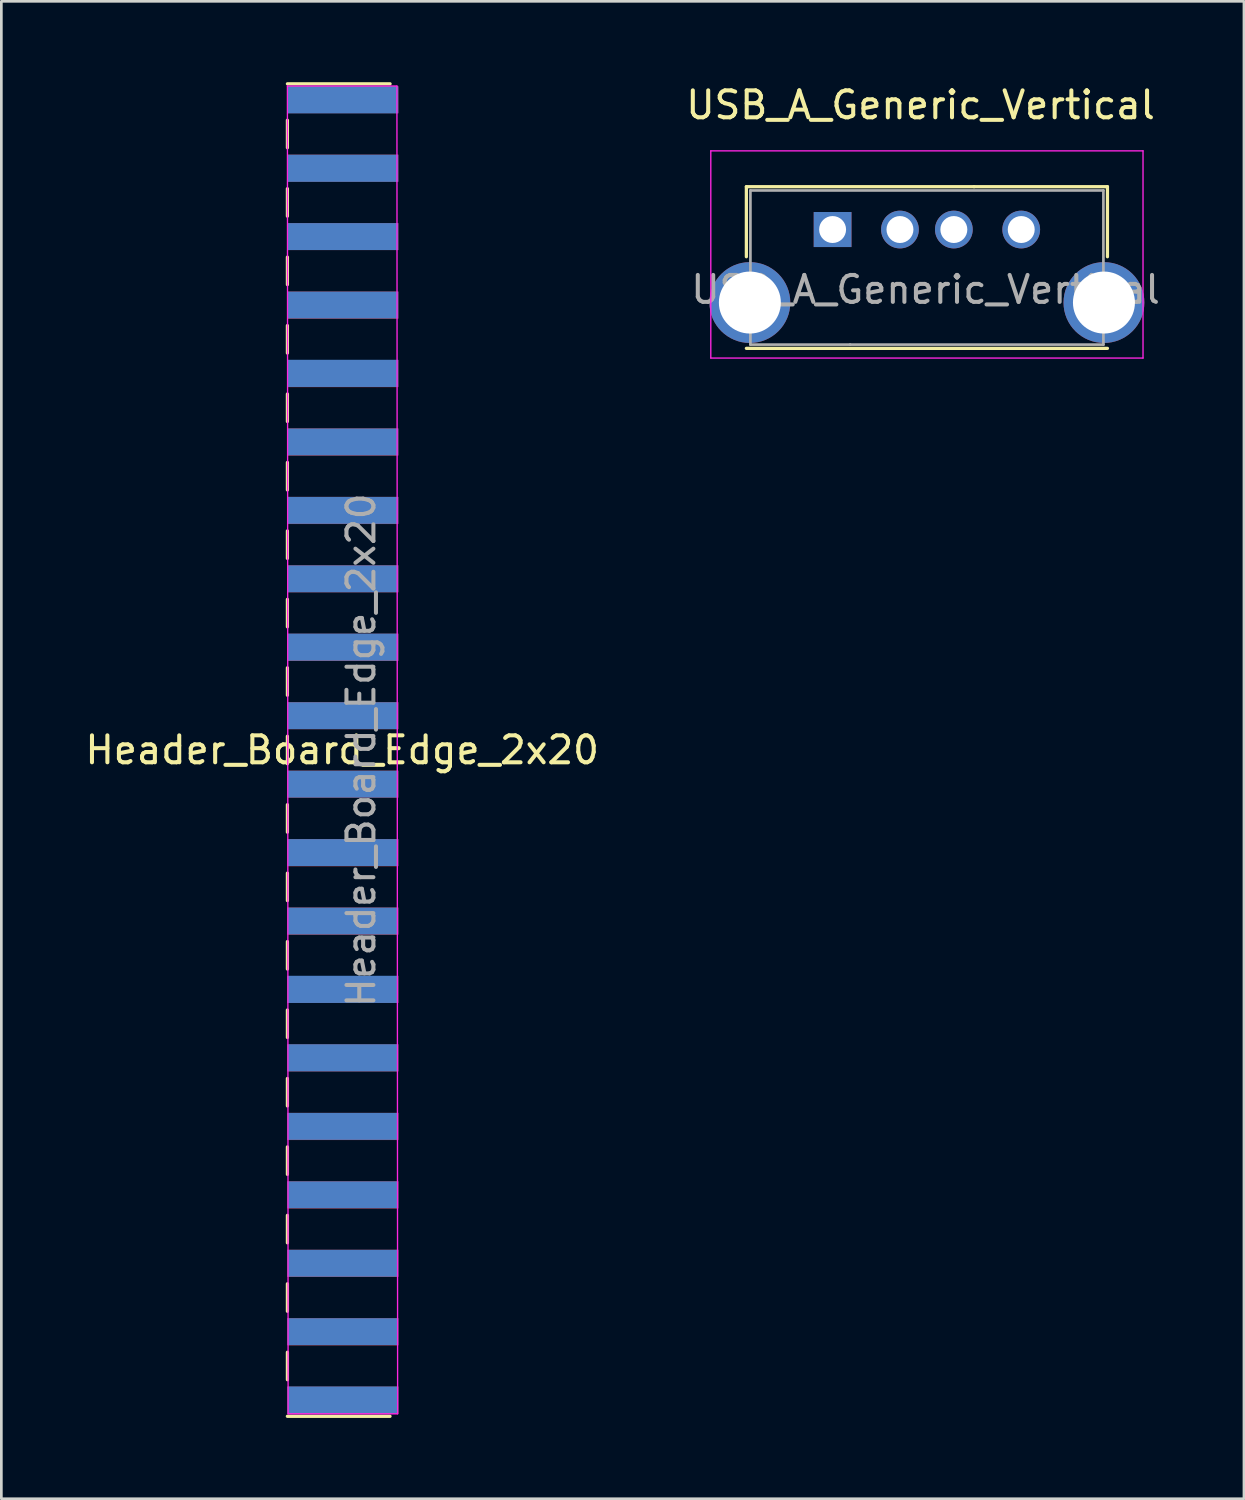
<source format=kicad_pcb>
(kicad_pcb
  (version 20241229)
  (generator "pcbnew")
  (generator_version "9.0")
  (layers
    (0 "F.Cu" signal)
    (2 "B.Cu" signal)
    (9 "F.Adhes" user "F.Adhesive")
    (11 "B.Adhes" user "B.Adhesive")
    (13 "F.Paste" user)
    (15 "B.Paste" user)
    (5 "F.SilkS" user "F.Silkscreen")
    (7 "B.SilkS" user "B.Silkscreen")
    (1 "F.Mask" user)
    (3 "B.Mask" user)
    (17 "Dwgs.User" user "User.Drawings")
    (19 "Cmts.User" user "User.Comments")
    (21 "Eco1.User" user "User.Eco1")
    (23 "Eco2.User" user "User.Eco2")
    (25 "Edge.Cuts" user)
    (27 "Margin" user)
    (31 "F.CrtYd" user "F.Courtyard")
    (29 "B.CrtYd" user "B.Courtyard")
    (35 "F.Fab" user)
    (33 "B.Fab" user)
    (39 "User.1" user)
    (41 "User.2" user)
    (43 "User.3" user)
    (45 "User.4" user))
  (footprint "USB_A_Generic_Vertical"
    (layer "F.Cu")
    (at 31.113 5.539)
    (property "Reference" "USB_A_Generic_Vertical" (at 0 -4.691 0) (unlocked yes) (layer "F.SilkS") (effects (font (size 1 1) (thickness 0.15))))
    (attr through_hole)
    (fp_line (start -6.465 -1.661) (end -6.465 0.939) (stroke (width 0.12) (type solid)) (layer "F.SilkS"))
    (fp_line (start -6.465 -1.661) (end 1.985 -1.661) (stroke (width 0.12) (type solid)) (layer "F.SilkS"))
    (fp_line (start 6.935 -1.661) (end 1.985 -1.661) (stroke (width 0.12) (type solid)) (layer "F.SilkS"))
    (fp_line (start 6.935 -1.661) (end 6.935 0.939) (stroke (width 0.12) (type solid)) (layer "F.SilkS"))
    (fp_line (start 6.935 4.339) (end -6.465 4.339) (stroke (width 0.12) (type solid)) (layer "F.SilkS"))
    (fp_line (start -7.785 -2.991) (end 8.255 -2.991) (stroke (width 0.05) (type solid)) (layer "F.CrtYd"))
    (fp_line (start -7.785 4.699) (end -7.785 -2.991) (stroke (width 0.05) (type solid)) (layer "F.CrtYd"))
    (fp_line (start 8.255 -2.991) (end 8.255 4.699) (stroke (width 0.05) (type solid)) (layer "F.CrtYd"))
    (fp_line (start 8.255 4.699) (end -7.785 4.699) (stroke (width 0.05) (type solid)) (layer "F.CrtYd"))
    (fp_line (start -6.315 -1.521) (end 6.785 -1.521) (stroke (width 0.1) (type solid)) (layer "F.Fab"))
    (fp_line (start -6.315 4.199) (end -6.315 -1.521) (stroke (width 0.1) (type solid)) (layer "F.Fab"))
    (fp_line (start -2.615 4.199) (end -6.315 4.199) (stroke (width 0.1) (type solid)) (layer "F.Fab"))
    (fp_line (start 6.785 -1.521) (end 6.785 4.199) (stroke (width 0.1) (type solid)) (layer "F.Fab"))
    (fp_line (start 6.785 4.199) (end -2.615 4.199) (stroke (width 0.1) (type solid)) (layer "F.Fab"))
    (fp_text user "${REFERENCE}" (at 0.185 2.159 0) (layer "F.Fab") (effects (font (size 1 1) (thickness 0.15))))
    (pad "1" thru_hole rect (at -3.265 -0.071) (size 1.4 1.3) (drill 1) (layers "*.Cu" "*.Mask"))
    (pad "2" thru_hole circle (at -0.765 -0.071) (size 1.4 1.4) (drill 1) (layers "*.Cu" "*.Mask"))
    (pad "3" thru_hole circle (at 1.235 -0.071) (size 1.4 1.4) (drill 1) (layers "*.Cu" "*.Mask"))
    (pad "4" thru_hole circle (at 3.735 -0.071) (size 1.4 1.4) (drill 1) (layers "*.Cu" "*.Mask"))
    (pad "5" thru_hole circle (at -6.335 2.639 180) (size 3 3) (drill 2.3) (layers "*.Cu" "*.Mask"))
    (pad "5" thru_hole circle (at 6.805 2.639) (size 3 3) (drill 2.3) (layers "*.Cu" "*.Mask")))
  (footprint "Header_Board_Edge_2x20"
    (layer "F.Cu")
    (at 9.674 24.78)
    (property "Reference" "Header_Board_Edge_2x20" (at -0.025 0.004 180) (layer "F.SilkS") (effects (font (size 1 1) (thickness 0.15))))
    (attr exclude_from_pos_files)
    (fp_line (start -2.06 24.73) (end 1.75 24.73) (stroke (width 0.12) (type solid)) (layer "F.SilkS"))
    (fp_line (start -2.058 -24.72) (end 1.752 -24.72) (stroke (width 0.12) (type solid)) (layer "F.SilkS"))
    (fp_line (start -2.058 -23.368) (end -2.058 -22.348) (stroke (width 0.12) (type solid)) (layer "F.SilkS"))
    (fp_line (start -2.058 -20.828) (end -2.058 -19.808) (stroke (width 0.12) (type solid)) (layer "F.SilkS"))
    (fp_line (start -2.058 -18.288) (end -2.058 -17.268) (stroke (width 0.12) (type solid)) (layer "F.SilkS"))
    (fp_line (start -2.058 -15.748) (end -2.058 -14.728) (stroke (width 0.12) (type solid)) (layer "F.SilkS"))
    (fp_line (start -2.058 -13.208) (end -2.058 -12.188) (stroke (width 0.12) (type solid)) (layer "F.SilkS"))
    (fp_line (start -2.058 -10.668) (end -2.058 -9.648) (stroke (width 0.12) (type solid)) (layer "F.SilkS"))
    (fp_line (start -2.058 -8.128) (end -2.058 -7.108) (stroke (width 0.12) (type solid)) (layer "F.SilkS"))
    (fp_line (start -2.058 -5.588) (end -2.058 -4.568) (stroke (width 0.12) (type solid)) (layer "F.SilkS"))
    (fp_line (start -2.058 -3.048) (end -2.058 -2.028) (stroke (width 0.12) (type solid)) (layer "F.SilkS"))
    (fp_line (start -2.058 -0.508) (end -2.058 0.512) (stroke (width 0.12) (type solid)) (layer "F.SilkS"))
    (fp_line (start -2.058 2.032) (end -2.058 3.052) (stroke (width 0.12) (type solid)) (layer "F.SilkS"))
    (fp_line (start -2.058 4.572) (end -2.058 5.592) (stroke (width 0.12) (type solid)) (layer "F.SilkS"))
    (fp_line (start -2.058 7.112) (end -2.058 8.132) (stroke (width 0.12) (type solid)) (layer "F.SilkS"))
    (fp_line (start -2.058 9.652) (end -2.058 10.672) (stroke (width 0.12) (type solid)) (layer "F.SilkS"))
    (fp_line (start -2.058 12.192) (end -2.058 13.212) (stroke (width 0.12) (type solid)) (layer "F.SilkS"))
    (fp_line (start -2.058 14.732) (end -2.058 15.752) (stroke (width 0.12) (type solid)) (layer "F.SilkS"))
    (fp_line (start -2.058 17.272) (end -2.058 18.292) (stroke (width 0.12) (type solid)) (layer "F.SilkS"))
    (fp_line (start -2.058 19.812) (end -2.058 20.832) (stroke (width 0.12) (type solid)) (layer "F.SilkS"))
    (fp_line (start -2.058 22.352) (end -2.058 23.372) (stroke (width 0.12) (type solid)) (layer "F.SilkS"))
    (fp_line (start -2.058 -24.638) (end -2.032 24.638) (stroke (width 0.05) (type solid)) (layer "F.CrtYd"))
    (fp_line (start -2.032 24.638) (end 2.032 24.638) (stroke (width 0.05) (type solid)) (layer "F.CrtYd"))
    (fp_line (start 2.006 -24.638) (end -2.058 -24.638) (stroke (width 0.05) (type solid)) (layer "F.CrtYd"))
    (fp_line (start 2.032 24.638) (end 2.006 -24.638) (stroke (width 0.05) (type solid)) (layer "F.CrtYd"))
    (fp_text user "${REFERENCE}" (at 0.678 0.008 90) (layer "F.Fab") (effects (font (size 1 1) (thickness 0.15))))
    (pad "1" smd rect (at 0 -24.13) (size 4.115 1) (layers "F.Cu" "F.Mask" "F.Paste"))
    (pad "2" smd rect (at 0 -24.126) (size 4.115 1.008) (layers "B.Cu" "B.Mask" "B.Paste"))
    (pad "3" smd rect (at 0 -21.59) (size 4.115 1) (layers "F.Cu" "F.Mask" "F.Paste"))
    (pad "4" smd rect (at 0 -21.586) (size 4.115 1.008) (layers "B.Cu" "B.Mask" "B.Paste"))
    (pad "5" smd rect (at 0 -19.05) (size 4.115 1) (layers "F.Cu" "F.Mask" "F.Paste"))
    (pad "6" smd rect (at 0 -19.05) (size 4.115 1) (layers "B.Cu" "B.Mask" "B.Paste"))
    (pad "7" smd rect (at 0 -16.506) (size 4.115 1.008) (layers "F.Cu" "F.Mask" "F.Paste"))
    (pad "8" smd rect (at 0 -16.51) (size 4.115 1) (layers "B.Cu" "B.Mask" "B.Paste"))
    (pad "9" smd rect (at 0 -13.966) (size 4.115 1.008) (layers "F.Cu" "F.Mask" "F.Paste"))
    (pad "10" smd rect (at 0 -13.974) (size 4.115 1.008) (layers "B.Cu" "B.Mask" "B.Paste"))
    (pad "11" smd rect (at 0 -11.426) (size 4.115 1.008) (layers "F.Cu" "F.Mask" "F.Paste"))
    (pad "12" smd rect (at 0 -11.43) (size 4.115 1) (layers "B.Cu" "B.Mask" "B.Paste"))
    (pad "13" smd rect (at 0 -8.886) (size 4.115 1.008) (layers "F.Cu" "F.Mask" "F.Paste"))
    (pad "14" smd rect (at 0 -8.89) (size 4.115 1) (layers "B.Cu" "B.Mask" "B.Paste"))
    (pad "15" smd rect (at 0 -6.35) (size 4.115 1) (layers "F.Cu" "F.Mask" "F.Paste"))
    (pad "16" smd rect (at 0 -6.35) (size 4.115 1) (layers "B.Cu" "B.Mask" "B.Paste"))
    (pad "17" smd rect (at 0 -3.806) (size 4.115 1.008) (layers "F.Cu" "F.Mask" "F.Paste"))
    (pad "18" smd rect (at 0 -3.814) (size 4.115 1.008) (layers "B.Cu" "B.Mask" "B.Paste"))
    (pad "19" smd rect (at 0 -1.27) (size 4.115 1) (layers "F.Cu" "F.Mask" "F.Paste"))
    (pad "20" smd rect (at 0 -1.27) (size 4.115 1) (layers "B.Cu" "B.Mask" "B.Paste"))
    (pad "21" smd rect (at 0 1.27) (size 4.115 1) (layers "F.Cu" "F.Mask" "F.Paste"))
    (pad "22" smd rect (at 0 1.27) (size 4.115 1) (layers "B.Cu" "B.Mask" "B.Paste"))
    (pad "23" smd rect (at 0 3.814) (size 4.115 1.008) (layers "F.Cu" "F.Mask" "F.Paste"))
    (pad "24" smd rect (at 0 3.81) (size 4.115 1) (layers "B.Cu" "B.Mask" "B.Paste"))
    (pad "25" smd rect (at 0 6.354) (size 4.115 1.008) (layers "F.Cu" "F.Mask" "F.Paste"))
    (pad "26" smd rect (at 0 6.35) (size 4.115 1) (layers "B.Cu" "B.Mask" "B.Paste"))
    (pad "27" smd rect (at 0 8.89) (size 4.115 1) (layers "F.Cu" "F.Mask" "F.Paste"))
    (pad "28" smd rect (at 0 8.886) (size 4.115 1.008) (layers "B.Cu" "B.Mask" "B.Paste"))
    (pad "29" smd rect (at 0 11.43) (size 4.115 1) (layers "F.Cu" "F.Mask" "F.Paste"))
    (pad "30" smd rect (at 0 11.426) (size 4.115 1.008) (layers "B.Cu" "B.Mask" "B.Paste"))
    (pad "31" smd rect (at 0 13.974) (size 4.115 1.008) (layers "F.Cu" "F.Mask" "F.Paste"))
    (pad "32" smd rect (at 0 13.97) (size 4.115 1) (layers "B.Cu" "B.Mask" "B.Paste"))
    (pad "33" smd rect (at 0 16.514) (size 4.115 1.008) (layers "F.Cu" "F.Mask" "F.Paste"))
    (pad "34" smd rect (at 0 16.51) (size 4.115 1) (layers "B.Cu" "B.Mask" "B.Paste"))
    (pad "35" smd rect (at 0 19.054) (size 4.115 1.008) (layers "F.Cu" "F.Mask" "F.Paste"))
    (pad "36" smd rect (at 0 19.05) (size 4.115 1) (layers "B.Cu" "B.Mask" "B.Paste"))
    (pad "37" smd rect (at 0 21.594) (size 4.115 1.008) (layers "F.Cu" "F.Mask" "F.Paste"))
    (pad "38" smd rect (at 0 21.59) (size 4.115 1) (layers "B.Cu" "B.Mask" "B.Paste"))
    (pad "39" smd rect (at 0 24.134) (size 4.115 1.008) (layers "F.Cu" "F.Mask" "F.Paste"))
    (pad "40" smd rect (at 0 24.126) (size 4.115 1.008) (layers "B.Cu" "B.Mask" "B.Paste")))
  (gr_rect
    (start -3 -3)
    (end 43.114 52.57)
    (stroke (width 0.1) (type default))
    (fill no)
    (layer "Edge.Cuts")))
</source>
